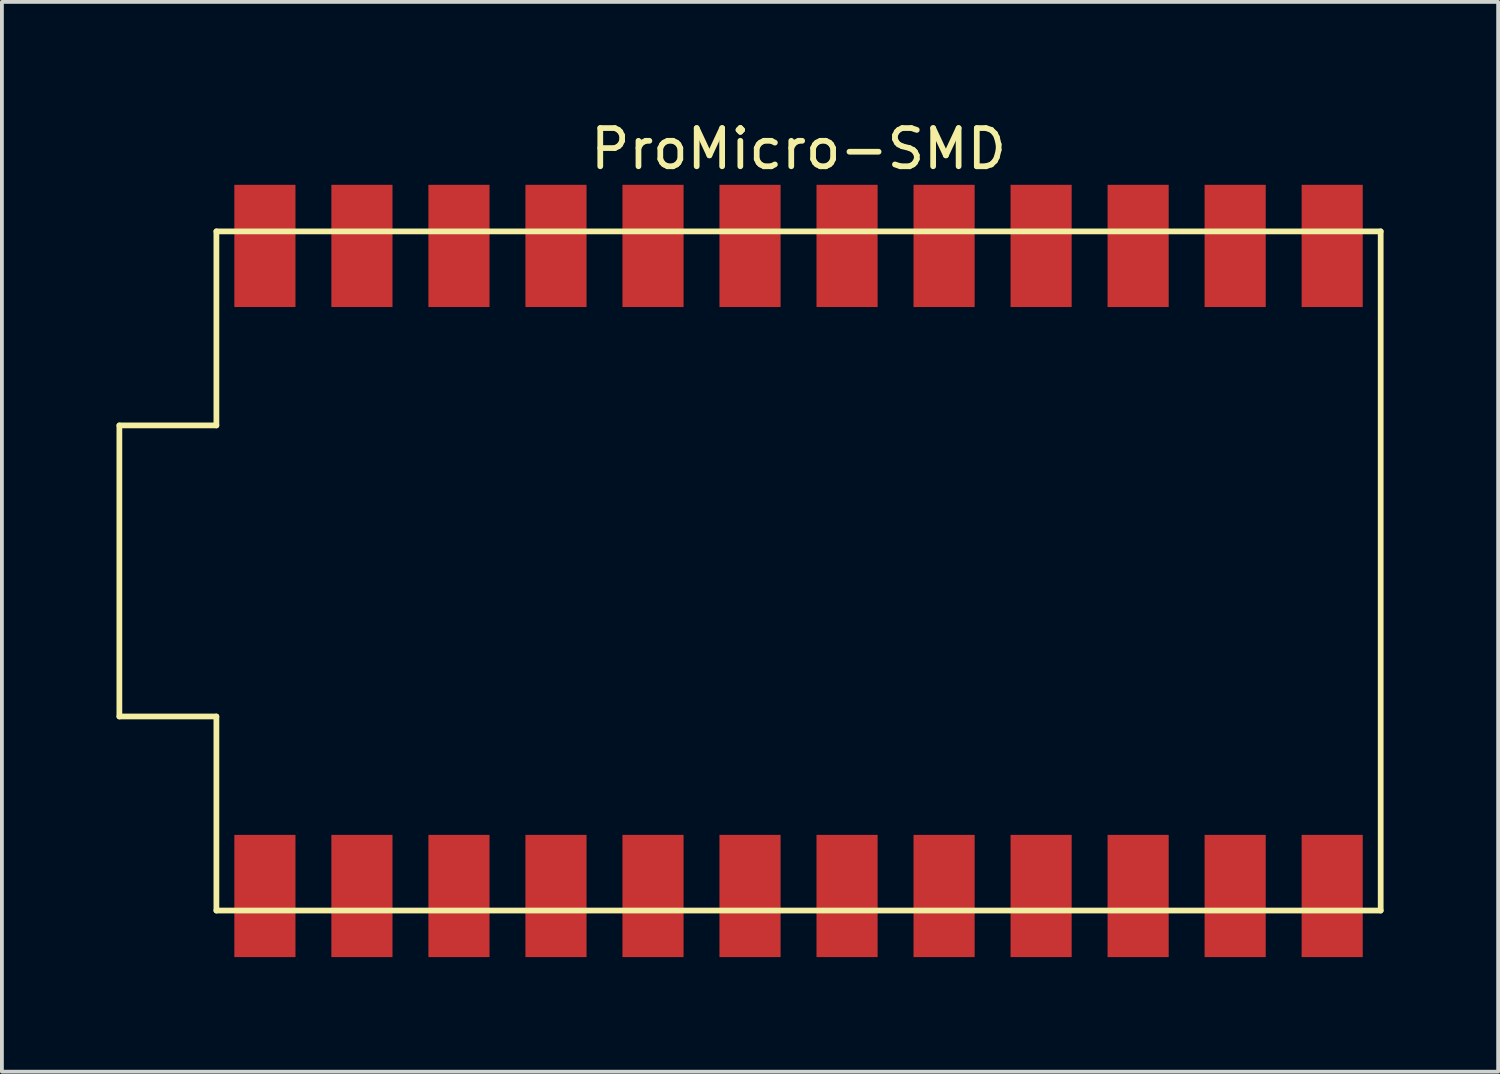
<source format=kicad_pcb>
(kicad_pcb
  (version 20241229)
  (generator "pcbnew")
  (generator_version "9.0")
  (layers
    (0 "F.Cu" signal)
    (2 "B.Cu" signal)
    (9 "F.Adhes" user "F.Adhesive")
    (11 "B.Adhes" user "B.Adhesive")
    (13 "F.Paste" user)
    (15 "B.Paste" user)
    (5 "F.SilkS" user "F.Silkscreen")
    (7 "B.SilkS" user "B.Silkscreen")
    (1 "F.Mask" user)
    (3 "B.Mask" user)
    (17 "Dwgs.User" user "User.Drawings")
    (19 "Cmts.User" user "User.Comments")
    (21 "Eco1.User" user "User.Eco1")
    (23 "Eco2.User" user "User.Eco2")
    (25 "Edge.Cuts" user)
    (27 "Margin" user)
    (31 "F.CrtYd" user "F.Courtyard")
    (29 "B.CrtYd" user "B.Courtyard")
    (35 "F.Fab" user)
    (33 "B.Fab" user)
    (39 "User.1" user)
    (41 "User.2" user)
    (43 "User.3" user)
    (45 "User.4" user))
  (footprint "ProMicro-SMD"
    (layer "F.Cu")
    (at 17.855 11.897)
    (property "Reference" "ProMicro-SMD" (at 0 -11.049 0) (layer "F.SilkS") (effects (font (size 1 1) (thickness 0.15))))
    (attr smd)
    (fp_line (start -17.78 -3.81) (end -15.24 -3.81) (stroke (width 0.15) (type solid)) (layer "F.SilkS"))
    (fp_line (start -17.78 3.81) (end -17.78 -3.81) (stroke (width 0.15) (type solid)) (layer "F.SilkS"))
    (fp_line (start -15.24 -8.89) (end 15.24 -8.89) (stroke (width 0.15) (type solid)) (layer "F.SilkS"))
    (fp_line (start -15.24 -3.81) (end -15.24 -8.89) (stroke (width 0.15) (type solid)) (layer "F.SilkS"))
    (fp_line (start -15.24 3.81) (end -17.78 3.81) (stroke (width 0.15) (type solid)) (layer "F.SilkS"))
    (fp_line (start -15.24 8.89) (end -15.24 3.81) (stroke (width 0.15) (type solid)) (layer "F.SilkS"))
    (fp_line (start -15.24 8.89) (end 15.24 8.89) (stroke (width 0.15) (type solid)) (layer "F.SilkS"))
    (fp_line (start 15.24 -8.89) (end 15.24 8.89) (stroke (width 0.15) (type solid)) (layer "F.SilkS"))
    (pad "1" smd rect (at -13.97 8.509) (size 1.6 3.2) (layers "F.Cu" "F.Mask" "F.Paste"))
    (pad "2" smd rect (at -11.43 8.509) (size 1.6 3.2) (layers "F.Cu" "F.Mask" "F.Paste"))
    (pad "3" smd rect (at -8.89 8.509) (size 1.6 3.2) (layers "F.Cu" "F.Mask" "F.Paste"))
    (pad "4" smd rect (at -6.35 8.509) (size 1.6 3.2) (layers "F.Cu" "F.Mask" "F.Paste"))
    (pad "5" smd rect (at -3.81 8.509) (size 1.6 3.2) (layers "F.Cu" "F.Mask" "F.Paste"))
    (pad "6" smd rect (at -1.27 8.509) (size 1.6 3.2) (layers "F.Cu" "F.Mask" "F.Paste"))
    (pad "7" smd rect (at 1.27 8.509) (size 1.6 3.2) (layers "F.Cu" "F.Mask" "F.Paste"))
    (pad "8" smd rect (at 3.81 8.509) (size 1.6 3.2) (layers "F.Cu" "F.Mask" "F.Paste"))
    (pad "9" smd rect (at 6.35 8.509) (size 1.6 3.2) (layers "F.Cu" "F.Mask" "F.Paste"))
    (pad "10" smd rect (at 8.89 8.509) (size 1.6 3.2) (layers "F.Cu" "F.Mask" "F.Paste"))
    (pad "11" smd rect (at 11.43 8.509) (size 1.6 3.2) (layers "F.Cu" "F.Mask" "F.Paste"))
    (pad "12" smd rect (at 13.97 8.509) (size 1.6 3.2) (layers "F.Cu" "F.Mask" "F.Paste"))
    (pad "13" smd rect (at 13.97 -8.509) (size 1.6 3.2) (layers "F.Cu" "F.Mask" "F.Paste"))
    (pad "14" smd rect (at 11.43 -8.509) (size 1.6 3.2) (layers "F.Cu" "F.Mask" "F.Paste"))
    (pad "15" smd rect (at 8.89 -8.509) (size 1.6 3.2) (layers "F.Cu" "F.Mask" "F.Paste"))
    (pad "16" smd rect (at 6.35 -8.509) (size 1.6 3.2) (layers "F.Cu" "F.Mask" "F.Paste"))
    (pad "17" smd rect (at 3.81 -8.509) (size 1.6 3.2) (layers "F.Cu" "F.Mask" "F.Paste"))
    (pad "18" smd rect (at 1.27 -8.509) (size 1.6 3.2) (layers "F.Cu" "F.Mask" "F.Paste"))
    (pad "19" smd rect (at -1.27 -8.509) (size 1.6 3.2) (layers "F.Cu" "F.Mask" "F.Paste"))
    (pad "20" smd rect (at -3.81 -8.509) (size 1.6 3.2) (layers "F.Cu" "F.Mask" "F.Paste"))
    (pad "21" smd rect (at -6.35 -8.509) (size 1.6 3.2) (layers "F.Cu" "F.Mask" "F.Paste"))
    (pad "22" smd rect (at -8.89 -8.509) (size 1.6 3.2) (layers "F.Cu" "F.Mask" "F.Paste"))
    (pad "23" smd rect (at -11.43 -8.509) (size 1.6 3.2) (layers "F.Cu" "F.Mask" "F.Paste"))
    (pad "24" smd rect (at -13.97 -8.509) (size 1.6 3.2) (layers "F.Cu" "F.Mask" "F.Paste")))
  (gr_rect
    (start -3 -3)
    (end 36.17 25.006)
    (stroke (width 0.1) (type default))
    (fill no)
    (layer "Edge.Cuts")))
</source>
